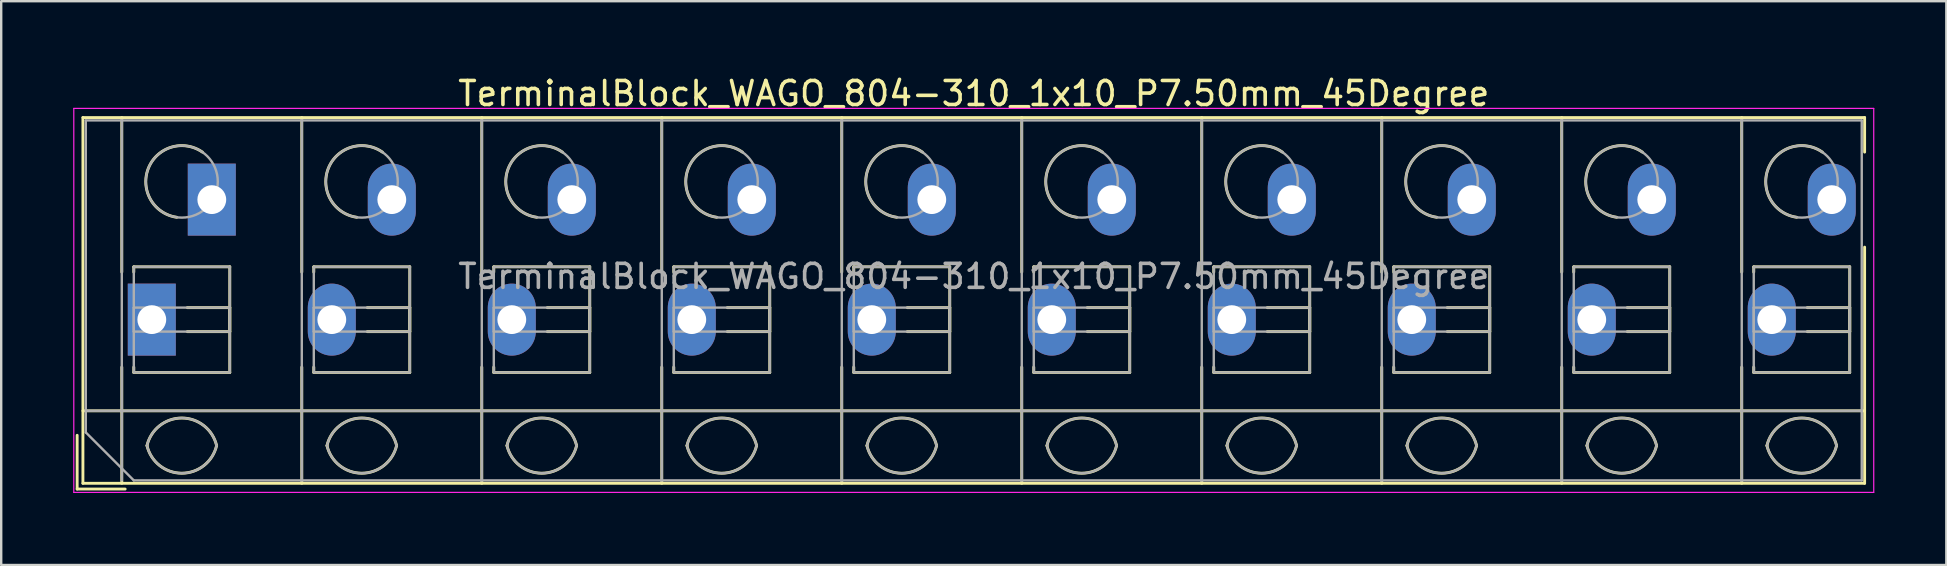
<source format=kicad_pcb>
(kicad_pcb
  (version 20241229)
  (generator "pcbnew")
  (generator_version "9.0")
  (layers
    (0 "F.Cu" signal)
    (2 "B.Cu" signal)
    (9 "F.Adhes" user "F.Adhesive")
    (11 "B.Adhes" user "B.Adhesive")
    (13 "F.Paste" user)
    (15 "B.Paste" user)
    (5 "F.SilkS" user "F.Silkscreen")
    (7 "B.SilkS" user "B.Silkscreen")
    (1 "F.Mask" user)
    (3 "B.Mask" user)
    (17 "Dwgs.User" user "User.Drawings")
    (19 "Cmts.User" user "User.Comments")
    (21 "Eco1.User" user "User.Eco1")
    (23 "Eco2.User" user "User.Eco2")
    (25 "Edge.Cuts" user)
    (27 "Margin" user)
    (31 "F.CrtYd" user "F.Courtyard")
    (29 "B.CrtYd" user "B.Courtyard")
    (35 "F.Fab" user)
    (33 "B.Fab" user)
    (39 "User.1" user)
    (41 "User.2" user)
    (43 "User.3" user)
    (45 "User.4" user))
  (footprint "TerminalBlock_WAGO_804-310_1x10_P7.50mm_45Degree"
    (layer "F.Cu")
    (at 3.275 10.268)
    (property "Reference" "TerminalBlock_WAGO_804-310_1x10_P7.50mm_45Degree" (at 34.25 -9.42 0) (layer "F.SilkS") (effects (font (size 1 1) (thickness 0.15))))
    (attr through_hole)
    (fp_line (start -3.11 4.82) (end -3.11 7.06) (stroke (width 0.12) (type solid)) (layer "F.SilkS"))
    (fp_line (start -3.11 7.06) (end -1.11 7.06) (stroke (width 0.12) (type solid)) (layer "F.SilkS"))
    (fp_line (start -2.87 -8.42) (end -2.87 6.82) (stroke (width 0.12) (type solid)) (layer "F.SilkS"))
    (fp_line (start -2.87 -8.42) (end 71.37 -8.42) (stroke (width 0.12) (type solid)) (layer "F.SilkS"))
    (fp_line (start -2.87 3.8) (end 71.37 3.8) (stroke (width 0.12) (type solid)) (layer "F.SilkS"))
    (fp_line (start -2.87 6.82) (end 71.37 6.82) (stroke (width 0.12) (type solid)) (layer "F.SilkS"))
    (fp_line (start -1.25 -8.42) (end -1.25 -1.98) (stroke (width 0.12) (type solid)) (layer "F.SilkS"))
    (fp_line (start -1.25 1.98) (end -1.25 6.82) (stroke (width 0.12) (type solid)) (layer "F.SilkS"))
    (fp_line (start -0.75 -2.2) (end -0.75 -1.98) (stroke (width 0.12) (type solid)) (layer "F.SilkS"))
    (fp_line (start -0.75 -2.2) (end 3.25 -2.2) (stroke (width 0.12) (type solid)) (layer "F.SilkS"))
    (fp_line (start -0.75 1.98) (end -0.75 2.2) (stroke (width 0.12) (type solid)) (layer "F.SilkS"))
    (fp_line (start -0.75 2.2) (end 3.25 2.2) (stroke (width 0.12) (type solid)) (layer "F.SilkS"))
    (fp_line (start 1.48 -0.5) (end 3.25 -0.5) (stroke (width 0.12) (type solid)) (layer "F.SilkS"))
    (fp_line (start 1.48 0.5) (end 3.25 0.5) (stroke (width 0.12) (type solid)) (layer "F.SilkS"))
    (fp_line (start 3.25 -2.2) (end 3.25 2.2) (stroke (width 0.12) (type solid)) (layer "F.SilkS"))
    (fp_line (start 3.25 -0.5) (end 3.25 0.5) (stroke (width 0.12) (type solid)) (layer "F.SilkS"))
    (fp_line (start 6.25 -8.42) (end 6.25 -1.98) (stroke (width 0.12) (type solid)) (layer "F.SilkS"))
    (fp_line (start 6.25 1.98) (end 6.25 6.82) (stroke (width 0.12) (type solid)) (layer "F.SilkS"))
    (fp_line (start 6.75 -2.2) (end 6.75 -1.98) (stroke (width 0.12) (type solid)) (layer "F.SilkS"))
    (fp_line (start 6.75 -2.2) (end 10.75 -2.2) (stroke (width 0.12) (type solid)) (layer "F.SilkS"))
    (fp_line (start 6.75 1.98) (end 6.75 2.2) (stroke (width 0.12) (type solid)) (layer "F.SilkS"))
    (fp_line (start 6.75 2.2) (end 10.75 2.2) (stroke (width 0.12) (type solid)) (layer "F.SilkS"))
    (fp_line (start 8.98 -0.5) (end 10.75 -0.5) (stroke (width 0.12) (type solid)) (layer "F.SilkS"))
    (fp_line (start 8.98 0.5) (end 10.75 0.5) (stroke (width 0.12) (type solid)) (layer "F.SilkS"))
    (fp_line (start 10.75 -2.2) (end 10.75 2.2) (stroke (width 0.12) (type solid)) (layer "F.SilkS"))
    (fp_line (start 10.75 -0.5) (end 10.75 0.5) (stroke (width 0.12) (type solid)) (layer "F.SilkS"))
    (fp_line (start 13.75 -8.42) (end 13.75 -1.98) (stroke (width 0.12) (type solid)) (layer "F.SilkS"))
    (fp_line (start 13.75 1.98) (end 13.75 6.82) (stroke (width 0.12) (type solid)) (layer "F.SilkS"))
    (fp_line (start 14.25 -2.2) (end 14.25 -1.98) (stroke (width 0.12) (type solid)) (layer "F.SilkS"))
    (fp_line (start 14.25 -2.2) (end 18.25 -2.2) (stroke (width 0.12) (type solid)) (layer "F.SilkS"))
    (fp_line (start 14.25 1.98) (end 14.25 2.2) (stroke (width 0.12) (type solid)) (layer "F.SilkS"))
    (fp_line (start 14.25 2.2) (end 18.25 2.2) (stroke (width 0.12) (type solid)) (layer "F.SilkS"))
    (fp_line (start 16.48 -0.5) (end 18.25 -0.5) (stroke (width 0.12) (type solid)) (layer "F.SilkS"))
    (fp_line (start 16.48 0.5) (end 18.25 0.5) (stroke (width 0.12) (type solid)) (layer "F.SilkS"))
    (fp_line (start 18.25 -2.2) (end 18.25 2.2) (stroke (width 0.12) (type solid)) (layer "F.SilkS"))
    (fp_line (start 18.25 -0.5) (end 18.25 0.5) (stroke (width 0.12) (type solid)) (layer "F.SilkS"))
    (fp_line (start 21.25 -8.42) (end 21.25 -1.98) (stroke (width 0.12) (type solid)) (layer "F.SilkS"))
    (fp_line (start 21.25 1.98) (end 21.25 6.82) (stroke (width 0.12) (type solid)) (layer "F.SilkS"))
    (fp_line (start 21.75 -2.2) (end 21.75 -1.98) (stroke (width 0.12) (type solid)) (layer "F.SilkS"))
    (fp_line (start 21.75 -2.2) (end 25.75 -2.2) (stroke (width 0.12) (type solid)) (layer "F.SilkS"))
    (fp_line (start 21.75 1.98) (end 21.75 2.2) (stroke (width 0.12) (type solid)) (layer "F.SilkS"))
    (fp_line (start 21.75 2.2) (end 25.75 2.2) (stroke (width 0.12) (type solid)) (layer "F.SilkS"))
    (fp_line (start 23.98 -0.5) (end 25.75 -0.5) (stroke (width 0.12) (type solid)) (layer "F.SilkS"))
    (fp_line (start 23.98 0.5) (end 25.75 0.5) (stroke (width 0.12) (type solid)) (layer "F.SilkS"))
    (fp_line (start 25.75 -2.2) (end 25.75 2.2) (stroke (width 0.12) (type solid)) (layer "F.SilkS"))
    (fp_line (start 25.75 -0.5) (end 25.75 0.5) (stroke (width 0.12) (type solid)) (layer "F.SilkS"))
    (fp_line (start 28.75 -8.42) (end 28.75 -1.98) (stroke (width 0.12) (type solid)) (layer "F.SilkS"))
    (fp_line (start 28.75 1.98) (end 28.75 6.82) (stroke (width 0.12) (type solid)) (layer "F.SilkS"))
    (fp_line (start 29.25 -2.2) (end 29.25 -1.98) (stroke (width 0.12) (type solid)) (layer "F.SilkS"))
    (fp_line (start 29.25 -2.2) (end 33.25 -2.2) (stroke (width 0.12) (type solid)) (layer "F.SilkS"))
    (fp_line (start 29.25 1.98) (end 29.25 2.2) (stroke (width 0.12) (type solid)) (layer "F.SilkS"))
    (fp_line (start 29.25 2.2) (end 33.25 2.2) (stroke (width 0.12) (type solid)) (layer "F.SilkS"))
    (fp_line (start 31.48 -0.5) (end 33.25 -0.5) (stroke (width 0.12) (type solid)) (layer "F.SilkS"))
    (fp_line (start 31.48 0.5) (end 33.25 0.5) (stroke (width 0.12) (type solid)) (layer "F.SilkS"))
    (fp_line (start 33.25 -2.2) (end 33.25 2.2) (stroke (width 0.12) (type solid)) (layer "F.SilkS"))
    (fp_line (start 33.25 -0.5) (end 33.25 0.5) (stroke (width 0.12) (type solid)) (layer "F.SilkS"))
    (fp_line (start 36.25 -8.42) (end 36.25 -1.98) (stroke (width 0.12) (type solid)) (layer "F.SilkS"))
    (fp_line (start 36.25 1.98) (end 36.25 6.82) (stroke (width 0.12) (type solid)) (layer "F.SilkS"))
    (fp_line (start 36.75 -2.2) (end 36.75 -1.98) (stroke (width 0.12) (type solid)) (layer "F.SilkS"))
    (fp_line (start 36.75 -2.2) (end 40.75 -2.2) (stroke (width 0.12) (type solid)) (layer "F.SilkS"))
    (fp_line (start 36.75 1.98) (end 36.75 2.2) (stroke (width 0.12) (type solid)) (layer "F.SilkS"))
    (fp_line (start 36.75 2.2) (end 40.75 2.2) (stroke (width 0.12) (type solid)) (layer "F.SilkS"))
    (fp_line (start 38.98 -0.5) (end 40.75 -0.5) (stroke (width 0.12) (type solid)) (layer "F.SilkS"))
    (fp_line (start 38.98 0.5) (end 40.75 0.5) (stroke (width 0.12) (type solid)) (layer "F.SilkS"))
    (fp_line (start 40.75 -2.2) (end 40.75 2.2) (stroke (width 0.12) (type solid)) (layer "F.SilkS"))
    (fp_line (start 40.75 -0.5) (end 40.75 0.5) (stroke (width 0.12) (type solid)) (layer "F.SilkS"))
    (fp_line (start 43.75 -8.42) (end 43.75 -1.98) (stroke (width 0.12) (type solid)) (layer "F.SilkS"))
    (fp_line (start 43.75 1.98) (end 43.75 6.82) (stroke (width 0.12) (type solid)) (layer "F.SilkS"))
    (fp_line (start 44.25 -2.2) (end 44.25 -1.98) (stroke (width 0.12) (type solid)) (layer "F.SilkS"))
    (fp_line (start 44.25 -2.2) (end 48.25 -2.2) (stroke (width 0.12) (type solid)) (layer "F.SilkS"))
    (fp_line (start 44.25 1.98) (end 44.25 2.2) (stroke (width 0.12) (type solid)) (layer "F.SilkS"))
    (fp_line (start 44.25 2.2) (end 48.25 2.2) (stroke (width 0.12) (type solid)) (layer "F.SilkS"))
    (fp_line (start 46.48 -0.5) (end 48.25 -0.5) (stroke (width 0.12) (type solid)) (layer "F.SilkS"))
    (fp_line (start 46.48 0.5) (end 48.25 0.5) (stroke (width 0.12) (type solid)) (layer "F.SilkS"))
    (fp_line (start 48.25 -2.2) (end 48.25 2.2) (stroke (width 0.12) (type solid)) (layer "F.SilkS"))
    (fp_line (start 48.25 -0.5) (end 48.25 0.5) (stroke (width 0.12) (type solid)) (layer "F.SilkS"))
    (fp_line (start 51.25 -8.42) (end 51.25 -1.98) (stroke (width 0.12) (type solid)) (layer "F.SilkS"))
    (fp_line (start 51.25 1.98) (end 51.25 6.82) (stroke (width 0.12) (type solid)) (layer "F.SilkS"))
    (fp_line (start 51.75 -2.2) (end 51.75 -1.98) (stroke (width 0.12) (type solid)) (layer "F.SilkS"))
    (fp_line (start 51.75 -2.2) (end 55.75 -2.2) (stroke (width 0.12) (type solid)) (layer "F.SilkS"))
    (fp_line (start 51.75 1.98) (end 51.75 2.2) (stroke (width 0.12) (type solid)) (layer "F.SilkS"))
    (fp_line (start 51.75 2.2) (end 55.75 2.2) (stroke (width 0.12) (type solid)) (layer "F.SilkS"))
    (fp_line (start 53.98 -0.5) (end 55.75 -0.5) (stroke (width 0.12) (type solid)) (layer "F.SilkS"))
    (fp_line (start 53.98 0.5) (end 55.75 0.5) (stroke (width 0.12) (type solid)) (layer "F.SilkS"))
    (fp_line (start 55.75 -2.2) (end 55.75 2.2) (stroke (width 0.12) (type solid)) (layer "F.SilkS"))
    (fp_line (start 55.75 -0.5) (end 55.75 0.5) (stroke (width 0.12) (type solid)) (layer "F.SilkS"))
    (fp_line (start 58.75 -8.42) (end 58.75 -1.98) (stroke (width 0.12) (type solid)) (layer "F.SilkS"))
    (fp_line (start 58.75 1.98) (end 58.75 6.82) (stroke (width 0.12) (type solid)) (layer "F.SilkS"))
    (fp_line (start 59.25 -2.2) (end 59.25 -1.98) (stroke (width 0.12) (type solid)) (layer "F.SilkS"))
    (fp_line (start 59.25 -2.2) (end 63.25 -2.2) (stroke (width 0.12) (type solid)) (layer "F.SilkS"))
    (fp_line (start 59.25 1.98) (end 59.25 2.2) (stroke (width 0.12) (type solid)) (layer "F.SilkS"))
    (fp_line (start 59.25 2.2) (end 63.25 2.2) (stroke (width 0.12) (type solid)) (layer "F.SilkS"))
    (fp_line (start 61.48 -0.5) (end 63.25 -0.5) (stroke (width 0.12) (type solid)) (layer "F.SilkS"))
    (fp_line (start 61.48 0.5) (end 63.25 0.5) (stroke (width 0.12) (type solid)) (layer "F.SilkS"))
    (fp_line (start 63.25 -2.2) (end 63.25 2.2) (stroke (width 0.12) (type solid)) (layer "F.SilkS"))
    (fp_line (start 63.25 -0.5) (end 63.25 0.5) (stroke (width 0.12) (type solid)) (layer "F.SilkS"))
    (fp_line (start 66.25 -8.42) (end 66.25 -1.98) (stroke (width 0.12) (type solid)) (layer "F.SilkS"))
    (fp_line (start 66.25 1.98) (end 66.25 6.82) (stroke (width 0.12) (type solid)) (layer "F.SilkS"))
    (fp_line (start 66.75 -2.2) (end 66.75 -1.98) (stroke (width 0.12) (type solid)) (layer "F.SilkS"))
    (fp_line (start 66.75 -2.2) (end 70.75 -2.2) (stroke (width 0.12) (type solid)) (layer "F.SilkS"))
    (fp_line (start 66.75 1.98) (end 66.75 2.2) (stroke (width 0.12) (type solid)) (layer "F.SilkS"))
    (fp_line (start 66.75 2.2) (end 70.75 2.2) (stroke (width 0.12) (type solid)) (layer "F.SilkS"))
    (fp_line (start 68.98 -0.5) (end 70.75 -0.5) (stroke (width 0.12) (type solid)) (layer "F.SilkS"))
    (fp_line (start 68.98 0.5) (end 70.75 0.5) (stroke (width 0.12) (type solid)) (layer "F.SilkS"))
    (fp_line (start 70.75 -2.2) (end 70.75 2.2) (stroke (width 0.12) (type solid)) (layer "F.SilkS"))
    (fp_line (start 70.75 -0.5) (end 70.75 0.5) (stroke (width 0.12) (type solid)) (layer "F.SilkS"))
    (fp_line (start 71.37 -8.42) (end 71.37 -6.98) (stroke (width 0.12) (type solid)) (layer "F.SilkS"))
    (fp_line (start 71.37 -3.02) (end 71.37 6.82) (stroke (width 0.12) (type solid)) (layer "F.SilkS"))
    (fp_arc (start -0.200865 5.250424) (mid 1.250296 4.099926) (end 2.701 5.251) (stroke (width 0.12) (type solid)) (layer "F.SilkS"))
    (fp_arc (start 1.040798 -4.264067) (mid -0.146039 -6.300306) (end 2.111 -6.979) (stroke (width 0.12) (type solid)) (layer "F.SilkS"))
    (fp_arc (start 2.7 5.25) (mid 1.250068 6.400101) (end -0.199969 5.250133) (stroke (width 0.12) (type solid)) (layer "F.SilkS"))
    (fp_arc (start 7.299135 5.250424) (mid 8.750296 4.099926) (end 10.201 5.251) (stroke (width 0.12) (type solid)) (layer "F.SilkS"))
    (fp_arc (start 8.540798 -4.264067) (mid 7.353961 -6.300306) (end 9.611 -6.979) (stroke (width 0.12) (type solid)) (layer "F.SilkS"))
    (fp_arc (start 10.2 5.25) (mid 8.750068 6.400101) (end 7.300031 5.250133) (stroke (width 0.12) (type solid)) (layer "F.SilkS"))
    (fp_arc (start 14.799135 5.250424) (mid 16.250296 4.099926) (end 17.701 5.251) (stroke (width 0.12) (type solid)) (layer "F.SilkS"))
    (fp_arc (start 16.040798 -4.264067) (mid 14.853961 -6.300306) (end 17.111 -6.979) (stroke (width 0.12) (type solid)) (layer "F.SilkS"))
    (fp_arc (start 17.7 5.25) (mid 16.250068 6.400101) (end 14.800031 5.250133) (stroke (width 0.12) (type solid)) (layer "F.SilkS"))
    (fp_arc (start 22.299135 5.250424) (mid 23.750296 4.099926) (end 25.201 5.251) (stroke (width 0.12) (type solid)) (layer "F.SilkS"))
    (fp_arc (start 23.540798 -4.264067) (mid 22.353961 -6.300306) (end 24.611 -6.979) (stroke (width 0.12) (type solid)) (layer "F.SilkS"))
    (fp_arc (start 25.2 5.25) (mid 23.750068 6.400101) (end 22.300031 5.250133) (stroke (width 0.12) (type solid)) (layer "F.SilkS"))
    (fp_arc (start 29.799135 5.250424) (mid 31.250296 4.099926) (end 32.701 5.251) (stroke (width 0.12) (type solid)) (layer "F.SilkS"))
    (fp_arc (start 31.040798 -4.264067) (mid 29.853961 -6.300306) (end 32.111 -6.979) (stroke (width 0.12) (type solid)) (layer "F.SilkS"))
    (fp_arc (start 32.701 5.25) (mid 31.250296 6.401074) (end 29.799135 5.250576) (stroke (width 0.12) (type solid)) (layer "F.SilkS"))
    (fp_arc (start 37.299135 5.250424) (mid 38.750296 4.099926) (end 40.201 5.251) (stroke (width 0.12) (type solid)) (layer "F.SilkS"))
    (fp_arc (start 38.540798 -4.264067) (mid 37.353961 -6.300306) (end 39.611 -6.979) (stroke (width 0.12) (type solid)) (layer "F.SilkS"))
    (fp_arc (start 40.2 5.25) (mid 38.750068 6.400101) (end 37.300031 5.250133) (stroke (width 0.12) (type solid)) (layer "F.SilkS"))
    (fp_arc (start 44.799135 5.250424) (mid 46.250296 4.099926) (end 47.701 5.251) (stroke (width 0.12) (type solid)) (layer "F.SilkS"))
    (fp_arc (start 46.040798 -4.264067) (mid 44.853961 -6.300306) (end 47.111 -6.979) (stroke (width 0.12) (type solid)) (layer "F.SilkS"))
    (fp_arc (start 47.7 5.25) (mid 46.250068 6.400101) (end 44.800031 5.250133) (stroke (width 0.12) (type solid)) (layer "F.SilkS"))
    (fp_arc (start 52.299135 5.250424) (mid 53.750296 4.099926) (end 55.201 5.251) (stroke (width 0.12) (type solid)) (layer "F.SilkS"))
    (fp_arc (start 53.540798 -4.264067) (mid 52.353961 -6.300306) (end 54.611 -6.979) (stroke (width 0.12) (type solid)) (layer "F.SilkS"))
    (fp_arc (start 55.2 5.25) (mid 53.750068 6.400101) (end 52.300031 5.250133) (stroke (width 0.12) (type solid)) (layer "F.SilkS"))
    (fp_arc (start 59.799135 5.250424) (mid 61.250296 4.099926) (end 62.701 5.251) (stroke (width 0.12) (type solid)) (layer "F.SilkS"))
    (fp_arc (start 61.040798 -4.264067) (mid 59.853961 -6.300306) (end 62.111 -6.979) (stroke (width 0.12) (type solid)) (layer "F.SilkS"))
    (fp_arc (start 62.7 5.25) (mid 61.250068 6.400101) (end 59.800031 5.250133) (stroke (width 0.12) (type solid)) (layer "F.SilkS"))
    (fp_arc (start 67.299135 5.250424) (mid 68.750296 4.099926) (end 70.201 5.251) (stroke (width 0.12) (type solid)) (layer "F.SilkS"))
    (fp_arc (start 68.540798 -4.264067) (mid 67.353961 -6.300306) (end 69.611 -6.979) (stroke (width 0.12) (type solid)) (layer "F.SilkS"))
    (fp_arc (start 70.2 5.25) (mid 68.750068 6.400101) (end 67.300031 5.250133) (stroke (width 0.12) (type solid)) (layer "F.SilkS"))
    (fp_line (start -3.25 -8.8) (end -3.25 7.2) (stroke (width 0.05) (type solid)) (layer "F.CrtYd"))
    (fp_line (start -3.25 7.2) (end 71.75 7.2) (stroke (width 0.05) (type solid)) (layer "F.CrtYd"))
    (fp_line (start 71.75 -8.8) (end -3.25 -8.8) (stroke (width 0.05) (type solid)) (layer "F.CrtYd"))
    (fp_line (start 71.75 7.2) (end 71.75 -8.8) (stroke (width 0.05) (type solid)) (layer "F.CrtYd"))
    (fp_line (start -2.75 -8.3) (end 71.25 -8.3) (stroke (width 0.1) (type solid)) (layer "F.Fab"))
    (fp_line (start -2.75 3.8) (end 71.25 3.8) (stroke (width 0.1) (type solid)) (layer "F.Fab"))
    (fp_line (start -2.75 4.7) (end -2.75 -8.3) (stroke (width 0.1) (type solid)) (layer "F.Fab"))
    (fp_line (start -1.25 -8.3) (end -1.25 6.7) (stroke (width 0.1) (type solid)) (layer "F.Fab"))
    (fp_line (start -0.75 -2.2) (end -0.75 2.2) (stroke (width 0.1) (type solid)) (layer "F.Fab"))
    (fp_line (start -0.75 -0.5) (end -0.75 0.5) (stroke (width 0.1) (type solid)) (layer "F.Fab"))
    (fp_line (start -0.75 0.5) (end 3.25 0.5) (stroke (width 0.1) (type solid)) (layer "F.Fab"))
    (fp_line (start -0.75 2.2) (end 3.25 2.2) (stroke (width 0.1) (type solid)) (layer "F.Fab"))
    (fp_line (start -0.75 6.7) (end -2.75 4.7) (stroke (width 0.1) (type solid)) (layer "F.Fab"))
    (fp_line (start 3.25 -2.2) (end -0.75 -2.2) (stroke (width 0.1) (type solid)) (layer "F.Fab"))
    (fp_line (start 3.25 -0.5) (end -0.75 -0.5) (stroke (width 0.1) (type solid)) (layer "F.Fab"))
    (fp_line (start 3.25 0.5) (end 3.25 -0.5) (stroke (width 0.1) (type solid)) (layer "F.Fab"))
    (fp_line (start 3.25 2.2) (end 3.25 -2.2) (stroke (width 0.1) (type solid)) (layer "F.Fab"))
    (fp_line (start 6.25 -8.3) (end 6.25 6.7) (stroke (width 0.1) (type solid)) (layer "F.Fab"))
    (fp_line (start 6.75 -2.2) (end 6.75 2.2) (stroke (width 0.1) (type solid)) (layer "F.Fab"))
    (fp_line (start 6.75 -0.5) (end 6.75 0.5) (stroke (width 0.1) (type solid)) (layer "F.Fab"))
    (fp_line (start 6.75 0.5) (end 10.75 0.5) (stroke (width 0.1) (type solid)) (layer "F.Fab"))
    (fp_line (start 6.75 2.2) (end 10.75 2.2) (stroke (width 0.1) (type solid)) (layer "F.Fab"))
    (fp_line (start 10.75 -2.2) (end 6.75 -2.2) (stroke (width 0.1) (type solid)) (layer "F.Fab"))
    (fp_line (start 10.75 -0.5) (end 6.75 -0.5) (stroke (width 0.1) (type solid)) (layer "F.Fab"))
    (fp_line (start 10.75 0.5) (end 10.75 -0.5) (stroke (width 0.1) (type solid)) (layer "F.Fab"))
    (fp_line (start 10.75 2.2) (end 10.75 -2.2) (stroke (width 0.1) (type solid)) (layer "F.Fab"))
    (fp_line (start 13.75 -8.3) (end 13.75 6.7) (stroke (width 0.1) (type solid)) (layer "F.Fab"))
    (fp_line (start 14.25 -2.2) (end 14.25 2.2) (stroke (width 0.1) (type solid)) (layer "F.Fab"))
    (fp_line (start 14.25 -0.5) (end 14.25 0.5) (stroke (width 0.1) (type solid)) (layer "F.Fab"))
    (fp_line (start 14.25 0.5) (end 18.25 0.5) (stroke (width 0.1) (type solid)) (layer "F.Fab"))
    (fp_line (start 14.25 2.2) (end 18.25 2.2) (stroke (width 0.1) (type solid)) (layer "F.Fab"))
    (fp_line (start 18.25 -2.2) (end 14.25 -2.2) (stroke (width 0.1) (type solid)) (layer "F.Fab"))
    (fp_line (start 18.25 -0.5) (end 14.25 -0.5) (stroke (width 0.1) (type solid)) (layer "F.Fab"))
    (fp_line (start 18.25 0.5) (end 18.25 -0.5) (stroke (width 0.1) (type solid)) (layer "F.Fab"))
    (fp_line (start 18.25 2.2) (end 18.25 -2.2) (stroke (width 0.1) (type solid)) (layer "F.Fab"))
    (fp_line (start 21.25 -8.3) (end 21.25 6.7) (stroke (width 0.1) (type solid)) (layer "F.Fab"))
    (fp_line (start 21.75 -2.2) (end 21.75 2.2) (stroke (width 0.1) (type solid)) (layer "F.Fab"))
    (fp_line (start 21.75 -0.5) (end 21.75 0.5) (stroke (width 0.1) (type solid)) (layer "F.Fab"))
    (fp_line (start 21.75 0.5) (end 25.75 0.5) (stroke (width 0.1) (type solid)) (layer "F.Fab"))
    (fp_line (start 21.75 2.2) (end 25.75 2.2) (stroke (width 0.1) (type solid)) (layer "F.Fab"))
    (fp_line (start 25.75 -2.2) (end 21.75 -2.2) (stroke (width 0.1) (type solid)) (layer "F.Fab"))
    (fp_line (start 25.75 -0.5) (end 21.75 -0.5) (stroke (width 0.1) (type solid)) (layer "F.Fab"))
    (fp_line (start 25.75 0.5) (end 25.75 -0.5) (stroke (width 0.1) (type solid)) (layer "F.Fab"))
    (fp_line (start 25.75 2.2) (end 25.75 -2.2) (stroke (width 0.1) (type solid)) (layer "F.Fab"))
    (fp_line (start 28.75 -8.3) (end 28.75 6.7) (stroke (width 0.1) (type solid)) (layer "F.Fab"))
    (fp_line (start 29.25 -2.2) (end 29.25 2.2) (stroke (width 0.1) (type solid)) (layer "F.Fab"))
    (fp_line (start 29.25 -0.5) (end 29.25 0.5) (stroke (width 0.1) (type solid)) (layer "F.Fab"))
    (fp_line (start 29.25 0.5) (end 33.25 0.5) (stroke (width 0.1) (type solid)) (layer "F.Fab"))
    (fp_line (start 29.25 2.2) (end 33.25 2.2) (stroke (width 0.1) (type solid)) (layer "F.Fab"))
    (fp_line (start 33.25 -2.2) (end 29.25 -2.2) (stroke (width 0.1) (type solid)) (layer "F.Fab"))
    (fp_line (start 33.25 -0.5) (end 29.25 -0.5) (stroke (width 0.1) (type solid)) (layer "F.Fab"))
    (fp_line (start 33.25 0.5) (end 33.25 -0.5) (stroke (width 0.1) (type solid)) (layer "F.Fab"))
    (fp_line (start 33.25 2.2) (end 33.25 -2.2) (stroke (width 0.1) (type solid)) (layer "F.Fab"))
    (fp_line (start 36.25 -8.3) (end 36.25 6.7) (stroke (width 0.1) (type solid)) (layer "F.Fab"))
    (fp_line (start 36.75 -2.2) (end 36.75 2.2) (stroke (width 0.1) (type solid)) (layer "F.Fab"))
    (fp_line (start 36.75 -0.5) (end 36.75 0.5) (stroke (width 0.1) (type solid)) (layer "F.Fab"))
    (fp_line (start 36.75 0.5) (end 40.75 0.5) (stroke (width 0.1) (type solid)) (layer "F.Fab"))
    (fp_line (start 36.75 2.2) (end 40.75 2.2) (stroke (width 0.1) (type solid)) (layer "F.Fab"))
    (fp_line (start 40.75 -2.2) (end 36.75 -2.2) (stroke (width 0.1) (type solid)) (layer "F.Fab"))
    (fp_line (start 40.75 -0.5) (end 36.75 -0.5) (stroke (width 0.1) (type solid)) (layer "F.Fab"))
    (fp_line (start 40.75 0.5) (end 40.75 -0.5) (stroke (width 0.1) (type solid)) (layer "F.Fab"))
    (fp_line (start 40.75 2.2) (end 40.75 -2.2) (stroke (width 0.1) (type solid)) (layer "F.Fab"))
    (fp_line (start 43.75 -8.3) (end 43.75 6.7) (stroke (width 0.1) (type solid)) (layer "F.Fab"))
    (fp_line (start 44.25 -2.2) (end 44.25 2.2) (stroke (width 0.1) (type solid)) (layer "F.Fab"))
    (fp_line (start 44.25 -0.5) (end 44.25 0.5) (stroke (width 0.1) (type solid)) (layer "F.Fab"))
    (fp_line (start 44.25 0.5) (end 48.25 0.5) (stroke (width 0.1) (type solid)) (layer "F.Fab"))
    (fp_line (start 44.25 2.2) (end 48.25 2.2) (stroke (width 0.1) (type solid)) (layer "F.Fab"))
    (fp_line (start 48.25 -2.2) (end 44.25 -2.2) (stroke (width 0.1) (type solid)) (layer "F.Fab"))
    (fp_line (start 48.25 -0.5) (end 44.25 -0.5) (stroke (width 0.1) (type solid)) (layer "F.Fab"))
    (fp_line (start 48.25 0.5) (end 48.25 -0.5) (stroke (width 0.1) (type solid)) (layer "F.Fab"))
    (fp_line (start 48.25 2.2) (end 48.25 -2.2) (stroke (width 0.1) (type solid)) (layer "F.Fab"))
    (fp_line (start 51.25 -8.3) (end 51.25 6.7) (stroke (width 0.1) (type solid)) (layer "F.Fab"))
    (fp_line (start 51.75 -2.2) (end 51.75 2.2) (stroke (width 0.1) (type solid)) (layer "F.Fab"))
    (fp_line (start 51.75 -0.5) (end 51.75 0.5) (stroke (width 0.1) (type solid)) (layer "F.Fab"))
    (fp_line (start 51.75 0.5) (end 55.75 0.5) (stroke (width 0.1) (type solid)) (layer "F.Fab"))
    (fp_line (start 51.75 2.2) (end 55.75 2.2) (stroke (width 0.1) (type solid)) (layer "F.Fab"))
    (fp_line (start 55.75 -2.2) (end 51.75 -2.2) (stroke (width 0.1) (type solid)) (layer "F.Fab"))
    (fp_line (start 55.75 -0.5) (end 51.75 -0.5) (stroke (width 0.1) (type solid)) (layer "F.Fab"))
    (fp_line (start 55.75 0.5) (end 55.75 -0.5) (stroke (width 0.1) (type solid)) (layer "F.Fab"))
    (fp_line (start 55.75 2.2) (end 55.75 -2.2) (stroke (width 0.1) (type solid)) (layer "F.Fab"))
    (fp_line (start 58.75 -8.3) (end 58.75 6.7) (stroke (width 0.1) (type solid)) (layer "F.Fab"))
    (fp_line (start 59.25 -2.2) (end 59.25 2.2) (stroke (width 0.1) (type solid)) (layer "F.Fab"))
    (fp_line (start 59.25 -0.5) (end 59.25 0.5) (stroke (width 0.1) (type solid)) (layer "F.Fab"))
    (fp_line (start 59.25 0.5) (end 63.25 0.5) (stroke (width 0.1) (type solid)) (layer "F.Fab"))
    (fp_line (start 59.25 2.2) (end 63.25 2.2) (stroke (width 0.1) (type solid)) (layer "F.Fab"))
    (fp_line (start 63.25 -2.2) (end 59.25 -2.2) (stroke (width 0.1) (type solid)) (layer "F.Fab"))
    (fp_line (start 63.25 -0.5) (end 59.25 -0.5) (stroke (width 0.1) (type solid)) (layer "F.Fab"))
    (fp_line (start 63.25 0.5) (end 63.25 -0.5) (stroke (width 0.1) (type solid)) (layer "F.Fab"))
    (fp_line (start 63.25 2.2) (end 63.25 -2.2) (stroke (width 0.1) (type solid)) (layer "F.Fab"))
    (fp_line (start 66.25 -8.3) (end 66.25 6.7) (stroke (width 0.1) (type solid)) (layer "F.Fab"))
    (fp_line (start 66.75 -2.2) (end 66.75 2.2) (stroke (width 0.1) (type solid)) (layer "F.Fab"))
    (fp_line (start 66.75 -0.5) (end 66.75 0.5) (stroke (width 0.1) (type solid)) (layer "F.Fab"))
    (fp_line (start 66.75 0.5) (end 70.75 0.5) (stroke (width 0.1) (type solid)) (layer "F.Fab"))
    (fp_line (start 66.75 2.2) (end 70.75 2.2) (stroke (width 0.1) (type solid)) (layer "F.Fab"))
    (fp_line (start 70.75 -2.2) (end 66.75 -2.2) (stroke (width 0.1) (type solid)) (layer "F.Fab"))
    (fp_line (start 70.75 -0.5) (end 66.75 -0.5) (stroke (width 0.1) (type solid)) (layer "F.Fab"))
    (fp_line (start 70.75 0.5) (end 70.75 -0.5) (stroke (width 0.1) (type solid)) (layer "F.Fab"))
    (fp_line (start 70.75 2.2) (end 70.75 -2.2) (stroke (width 0.1) (type solid)) (layer "F.Fab"))
    (fp_line (start 71.25 -8.3) (end 71.25 6.7) (stroke (width 0.1) (type solid)) (layer "F.Fab"))
    (fp_line (start 71.25 6.7) (end -0.75 6.7) (stroke (width 0.1) (type solid)) (layer "F.Fab"))
    (fp_arc (start -0.200865 5.250424) (mid 1.250296 4.099926) (end 2.701 5.251) (stroke (width 0.1) (type solid)) (layer "F.Fab"))
    (fp_arc (start 2.7 5.25) (mid 1.250068 6.400101) (end -0.199969 5.250133) (stroke (width 0.1) (type solid)) (layer "F.Fab"))
    (fp_arc (start 7.299135 5.250424) (mid 8.750296 4.099926) (end 10.201 5.251) (stroke (width 0.1) (type solid)) (layer "F.Fab"))
    (fp_arc (start 10.2 5.25) (mid 8.750068 6.400101) (end 7.300031 5.250133) (stroke (width 0.1) (type solid)) (layer "F.Fab"))
    (fp_arc (start 14.799135 5.250424) (mid 16.250296 4.099926) (end 17.701 5.251) (stroke (width 0.1) (type solid)) (layer "F.Fab"))
    (fp_arc (start 17.7 5.25) (mid 16.250068 6.400101) (end 14.800031 5.250133) (stroke (width 0.1) (type solid)) (layer "F.Fab"))
    (fp_arc (start 22.299135 5.250424) (mid 23.750296 4.099926) (end 25.201 5.251) (stroke (width 0.1) (type solid)) (layer "F.Fab"))
    (fp_arc (start 25.2 5.25) (mid 23.750068 6.400101) (end 22.300031 5.250133) (stroke (width 0.1) (type solid)) (layer "F.Fab"))
    (fp_arc (start 29.799135 5.250424) (mid 31.250296 4.099926) (end 32.701 5.251) (stroke (width 0.1) (type solid)) (layer "F.Fab"))
    (fp_arc (start 32.701 5.25) (mid 31.250296 6.401074) (end 29.799135 5.250576) (stroke (width 0.1) (type solid)) (layer "F.Fab"))
    (fp_arc (start 37.299135 5.250424) (mid 38.750296 4.099926) (end 40.201 5.251) (stroke (width 0.1) (type solid)) (layer "F.Fab"))
    (fp_arc (start 40.2 5.25) (mid 38.750068 6.400101) (end 37.300031 5.250133) (stroke (width 0.1) (type solid)) (layer "F.Fab"))
    (fp_arc (start 44.799135 5.250424) (mid 46.250296 4.099926) (end 47.701 5.251) (stroke (width 0.1) (type solid)) (layer "F.Fab"))
    (fp_arc (start 47.7 5.25) (mid 46.250068 6.400101) (end 44.800031 5.250133) (stroke (width 0.1) (type solid)) (layer "F.Fab"))
    (fp_arc (start 52.299135 5.250424) (mid 53.750296 4.099926) (end 55.201 5.251) (stroke (width 0.1) (type solid)) (layer "F.Fab"))
    (fp_arc (start 55.2 5.25) (mid 53.750068 6.400101) (end 52.300031 5.250133) (stroke (width 0.1) (type solid)) (layer "F.Fab"))
    (fp_arc (start 59.799135 5.250424) (mid 61.250296 4.099926) (end 62.701 5.251) (stroke (width 0.1) (type solid)) (layer "F.Fab"))
    (fp_arc (start 62.7 5.25) (mid 61.250068 6.400101) (end 59.800031 5.250133) (stroke (width 0.1) (type solid)) (layer "F.Fab"))
    (fp_arc (start 67.299135 5.250424) (mid 68.750296 4.099926) (end 70.201 5.251) (stroke (width 0.1) (type solid)) (layer "F.Fab"))
    (fp_arc (start 70.2 5.25) (mid 68.750068 6.400101) (end 67.300031 5.250133) (stroke (width 0.1) (type solid)) (layer "F.Fab"))
    (fp_circle (center 1.25 -5.75) (end 2.75 -5.75) (stroke (width 0.1) (type solid)) (fill no) (layer "F.Fab"))
    (fp_circle (center 8.75 -5.75) (end 10.25 -5.75) (stroke (width 0.1) (type solid)) (fill no) (layer "F.Fab"))
    (fp_circle (center 16.25 -5.75) (end 17.75 -5.75) (stroke (width 0.1) (type solid)) (fill no) (layer "F.Fab"))
    (fp_circle (center 23.75 -5.75) (end 25.25 -5.75) (stroke (width 0.1) (type solid)) (fill no) (layer "F.Fab"))
    (fp_circle (center 31.25 -5.75) (end 32.75 -5.75) (stroke (width 0.1) (type solid)) (fill no) (layer "F.Fab"))
    (fp_circle (center 38.75 -5.75) (end 40.25 -5.75) (stroke (width 0.1) (type solid)) (fill no) (layer "F.Fab"))
    (fp_circle (center 46.25 -5.75) (end 47.75 -5.75) (stroke (width 0.1) (type solid)) (fill no) (layer "F.Fab"))
    (fp_circle (center 53.75 -5.75) (end 55.25 -5.75) (stroke (width 0.1) (type solid)) (fill no) (layer "F.Fab"))
    (fp_circle (center 61.25 -5.75) (end 62.75 -5.75) (stroke (width 0.1) (type solid)) (fill no) (layer "F.Fab"))
    (fp_circle (center 68.75 -5.75) (end 70.25 -5.75) (stroke (width 0.1) (type solid)) (fill no) (layer "F.Fab"))
    (fp_text user "${REFERENCE}" (at 34.25 -1.8 0) (layer "F.Fab") (effects (font (size 1 1) (thickness 0.15))))
    (pad "1" thru_hole rect (at 0 0) (size 2 3) (drill 1.2) (layers "*.Cu" "*.Mask"))
    (pad "1" thru_hole rect (at 2.5 -5) (size 2 3) (drill 1.2) (layers "*.Cu" "*.Mask"))
    (pad "2" thru_hole oval (at 7.5 0) (size 2 3) (drill 1.2) (layers "*.Cu" "*.Mask"))
    (pad "2" thru_hole oval (at 10 -5) (size 2 3) (drill 1.2) (layers "*.Cu" "*.Mask"))
    (pad "3" thru_hole oval (at 15 0) (size 2 3) (drill 1.2) (layers "*.Cu" "*.Mask"))
    (pad "3" thru_hole oval (at 17.5 -5) (size 2 3) (drill 1.2) (layers "*.Cu" "*.Mask"))
    (pad "4" thru_hole oval (at 22.5 0) (size 2 3) (drill 1.2) (layers "*.Cu" "*.Mask"))
    (pad "4" thru_hole oval (at 25 -5) (size 2 3) (drill 1.2) (layers "*.Cu" "*.Mask"))
    (pad "5" thru_hole oval (at 30 0) (size 2 3) (drill 1.2) (layers "*.Cu" "*.Mask"))
    (pad "5" thru_hole oval (at 32.5 -5) (size 2 3) (drill 1.2) (layers "*.Cu" "*.Mask"))
    (pad "6" thru_hole oval (at 37.5 0) (size 2 3) (drill 1.2) (layers "*.Cu" "*.Mask"))
    (pad "6" thru_hole oval (at 40 -5) (size 2 3) (drill 1.2) (layers "*.Cu" "*.Mask"))
    (pad "7" thru_hole oval (at 45 0) (size 2 3) (drill 1.2) (layers "*.Cu" "*.Mask"))
    (pad "7" thru_hole oval (at 47.5 -5) (size 2 3) (drill 1.2) (layers "*.Cu" "*.Mask"))
    (pad "8" thru_hole oval (at 52.5 0) (size 2 3) (drill 1.2) (layers "*.Cu" "*.Mask"))
    (pad "8" thru_hole oval (at 55 -5) (size 2 3) (drill 1.2) (layers "*.Cu" "*.Mask"))
    (pad "9" thru_hole oval (at 60 0) (size 2 3) (drill 1.2) (layers "*.Cu" "*.Mask"))
    (pad "9" thru_hole oval (at 62.5 -5) (size 2 3) (drill 1.2) (layers "*.Cu" "*.Mask"))
    (pad "10" thru_hole oval (at 67.5 0) (size 2 3) (drill 1.2) (layers "*.Cu" "*.Mask"))
    (pad "10" thru_hole oval (at 70 -5) (size 2 3) (drill 1.2) (layers "*.Cu" "*.Mask")))
  (gr_rect
    (start -3 -3)
    (end 78.05 20.493)
    (stroke (width 0.1) (type default))
    (fill no)
    (layer "Edge.Cuts")))
</source>
